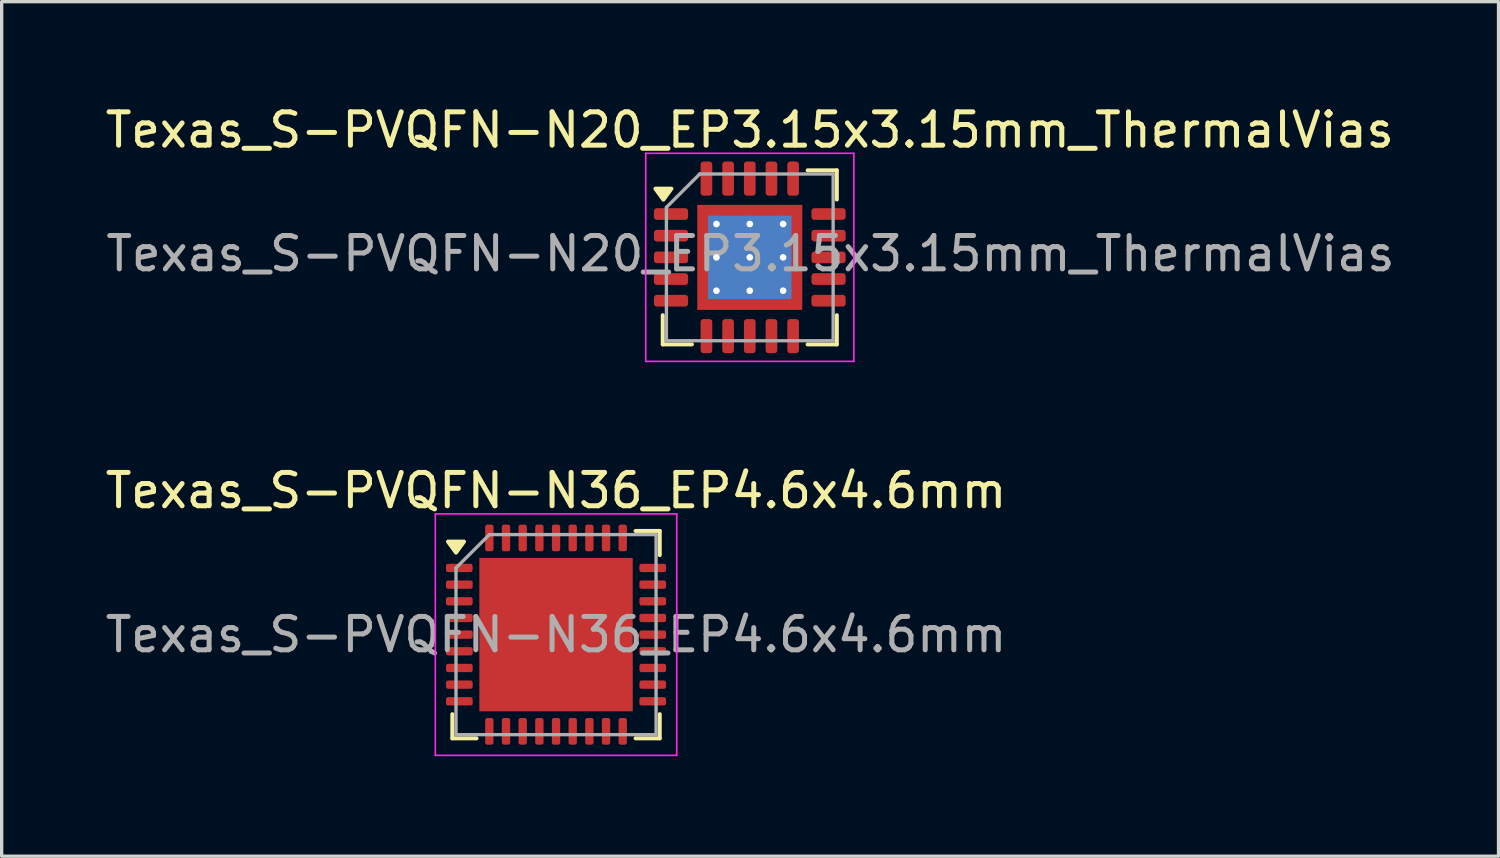
<source format=kicad_pcb>
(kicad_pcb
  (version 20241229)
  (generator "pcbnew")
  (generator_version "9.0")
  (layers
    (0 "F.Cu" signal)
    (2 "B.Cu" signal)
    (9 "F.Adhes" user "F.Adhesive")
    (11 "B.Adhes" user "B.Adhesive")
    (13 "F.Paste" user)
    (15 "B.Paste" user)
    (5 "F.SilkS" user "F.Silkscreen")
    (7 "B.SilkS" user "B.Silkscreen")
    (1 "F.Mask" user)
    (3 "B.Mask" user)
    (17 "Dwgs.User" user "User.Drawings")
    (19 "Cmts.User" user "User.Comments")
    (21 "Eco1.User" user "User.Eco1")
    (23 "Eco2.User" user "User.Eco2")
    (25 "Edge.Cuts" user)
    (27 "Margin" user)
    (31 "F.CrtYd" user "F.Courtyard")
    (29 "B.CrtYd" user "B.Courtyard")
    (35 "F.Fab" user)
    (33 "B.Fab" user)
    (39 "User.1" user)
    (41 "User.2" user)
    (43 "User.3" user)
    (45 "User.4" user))
  (footprint "Texas_S-PVQFN-N20_EP3.15x3.15mm_ThermalVias"
    (layer "F.Cu")
    (at 19.435 4.668)
    (property "Reference" "Texas_S-PVQFN-N20_EP3.15x3.15mm_ThermalVias" (at 0 -3.82 0) (layer "F.SilkS") (effects (font (size 1 1) (thickness 0.15))))
    (attr smd)
    (fp_line (start -2.61 2.61) (end -2.61 1.735) (stroke (width 0.12) (type solid)) (layer "F.SilkS"))
    (fp_line (start -1.735 2.61) (end -2.61 2.61) (stroke (width 0.12) (type solid)) (layer "F.SilkS"))
    (fp_line (start 1.735 -2.61) (end 2.61 -2.61) (stroke (width 0.12) (type solid)) (layer "F.SilkS"))
    (fp_line (start 1.735 2.61) (end 2.61 2.61) (stroke (width 0.12) (type solid)) (layer "F.SilkS"))
    (fp_line (start 2.61 -2.61) (end 2.61 -1.735) (stroke (width 0.12) (type solid)) (layer "F.SilkS"))
    (fp_line (start 2.61 2.61) (end 2.61 1.735) (stroke (width 0.12) (type solid)) (layer "F.SilkS"))
    (fp_poly (pts (xy -2.59 -1.73) (xy -2.83 -2.06) (xy -2.35 -2.06) (xy -2.59 -1.73)) (stroke (width 0.12) (type solid)) (fill yes) (layer "F.SilkS"))
    (fp_line (start -3.12 -3.12) (end -3.12 3.12) (stroke (width 0.05) (type solid)) (layer "F.CrtYd"))
    (fp_line (start -3.12 3.12) (end 3.12 3.12) (stroke (width 0.05) (type solid)) (layer "F.CrtYd"))
    (fp_line (start 3.12 -3.12) (end -3.12 -3.12) (stroke (width 0.05) (type solid)) (layer "F.CrtYd"))
    (fp_line (start 3.12 3.12) (end 3.12 -3.12) (stroke (width 0.05) (type solid)) (layer "F.CrtYd"))
    (fp_line (start -2.5 -1.5) (end -1.5 -2.5) (stroke (width 0.1) (type solid)) (layer "F.Fab"))
    (fp_line (start -2.5 2.5) (end -2.5 -1.5) (stroke (width 0.1) (type solid)) (layer "F.Fab"))
    (fp_line (start -1.5 -2.5) (end 2.5 -2.5) (stroke (width 0.1) (type solid)) (layer "F.Fab"))
    (fp_line (start 2.5 -2.5) (end 2.5 2.5) (stroke (width 0.1) (type solid)) (layer "F.Fab"))
    (fp_line (start 2.5 2.5) (end -2.5 2.5) (stroke (width 0.1) (type solid)) (layer "F.Fab"))
    (fp_text user "${REFERENCE}" (at 0.02 -0.11 0) (layer "F.Fab") (effects (font (size 1 1) (thickness 0.15))))
    (pad "" smd custom (at -1.288 -1.288) (size 0.342 0.342) (layers "F.Paste") (options (anchor circle)) (primitives (gr_poly (pts (xy 0.116 0.012) (xy 0.012 0.116) (xy -0.116 0.116) (xy -0.116 -0.116) (xy 0.116 -0.116)) (width 0.232) (fill yes))))
    (pad "" smd custom (at -1.288 -0.5) (size 0.371 0.371) (layers "F.Paste") (options (anchor circle)) (primitives (gr_poly (pts (xy 0.14 -0.235) (xy 0.14 0.235) (xy 0.063 0.311) (xy -0.14 0.311) (xy -0.14 -0.311) (xy 0.063 -0.311)) (width 0.184) (fill yes))))
    (pad "" smd custom (at -1.288 0.5) (size 0.371 0.371) (layers "F.Paste") (options (anchor circle)) (primitives (gr_poly (pts (xy 0.14 -0.235) (xy 0.14 0.235) (xy 0.063 0.311) (xy -0.14 0.311) (xy -0.14 -0.311) (xy 0.063 -0.311)) (width 0.184) (fill yes))))
    (pad "" smd custom (at -1.288 1.288) (size 0.342 0.342) (layers "F.Paste") (options (anchor circle)) (primitives (gr_poly (pts (xy 0.116 -0.012) (xy 0.116 0.116) (xy -0.116 0.116) (xy -0.116 -0.116) (xy 0.012 -0.116)) (width 0.232) (fill yes))))
    (pad "" smd custom (at -0.5 -1.288) (size 0.371 0.371) (layers "F.Paste") (options (anchor circle)) (primitives (gr_poly (pts (xy 0.311 0.063) (xy 0.235 0.14) (xy -0.235 0.14) (xy -0.311 0.063) (xy -0.311 -0.14) (xy 0.311 -0.14)) (width 0.184) (fill yes))))
    (pad "" smd roundrect (at -0.5 -0.5) (size 0.806 0.806) (layers "F.Paste") (roundrect_rratio 0.25))
    (pad "" smd roundrect (at -0.5 0.5) (size 0.806 0.806) (layers "F.Paste") (roundrect_rratio 0.25))
    (pad "" smd custom (at -0.5 1.288) (size 0.371 0.371) (layers "F.Paste") (options (anchor circle)) (primitives (gr_poly (pts (xy 0.311 -0.063) (xy 0.311 0.14) (xy -0.311 0.14) (xy -0.311 -0.063) (xy -0.235 -0.14) (xy 0.235 -0.14)) (width 0.184) (fill yes))))
    (pad "" smd custom (at 0.5 -1.288) (size 0.371 0.371) (layers "F.Paste") (options (anchor circle)) (primitives (gr_poly (pts (xy 0.311 0.063) (xy 0.235 0.14) (xy -0.235 0.14) (xy -0.311 0.063) (xy -0.311 -0.14) (xy 0.311 -0.14)) (width 0.184) (fill yes))))
    (pad "" smd roundrect (at 0.5 -0.5) (size 0.806 0.806) (layers "F.Paste") (roundrect_rratio 0.25))
    (pad "" smd roundrect (at 0.5 0.5) (size 0.806 0.806) (layers "F.Paste") (roundrect_rratio 0.25))
    (pad "" smd custom (at 0.5 1.288) (size 0.371 0.371) (layers "F.Paste") (options (anchor circle)) (primitives (gr_poly (pts (xy 0.311 -0.063) (xy 0.311 0.14) (xy -0.311 0.14) (xy -0.311 -0.063) (xy -0.235 -0.14) (xy 0.235 -0.14)) (width 0.184) (fill yes))))
    (pad "" smd custom (at 1.288 -1.288) (size 0.342 0.342) (layers "F.Paste") (options (anchor circle)) (primitives (gr_poly (pts (xy 0.116 0.116) (xy -0.012 0.116) (xy -0.116 0.012) (xy -0.116 -0.116) (xy 0.116 -0.116)) (width 0.232) (fill yes))))
    (pad "" smd custom (at 1.288 -0.5) (size 0.371 0.371) (layers "F.Paste") (options (anchor circle)) (primitives (gr_poly (pts (xy 0.14 0.311) (xy -0.063 0.311) (xy -0.14 0.235) (xy -0.14 -0.235) (xy -0.063 -0.311) (xy 0.14 -0.311)) (width 0.184) (fill yes))))
    (pad "" smd custom (at 1.288 0.5) (size 0.371 0.371) (layers "F.Paste") (options (anchor circle)) (primitives (gr_poly (pts (xy 0.14 0.311) (xy -0.063 0.311) (xy -0.14 0.235) (xy -0.14 -0.235) (xy -0.063 -0.311) (xy 0.14 -0.311)) (width 0.184) (fill yes))))
    (pad "" smd custom (at 1.288 1.288) (size 0.342 0.342) (layers "F.Paste") (options (anchor circle)) (primitives (gr_poly (pts (xy 0.116 0.116) (xy -0.116 0.116) (xy -0.116 -0.012) (xy -0.012 -0.116) (xy 0.116 -0.116)) (width 0.232) (fill yes))))
    (pad "0" thru_hole circle (at -1 -1) (size 0.5 0.5) (drill 0.2) (layers "*.Cu"))
    (pad "0" thru_hole circle (at -1 0) (size 0.5 0.5) (drill 0.2) (layers "*.Cu"))
    (pad "0" thru_hole circle (at -1 1) (size 0.5 0.5) (drill 0.2) (layers "*.Cu"))
    (pad "0" thru_hole circle (at 0 -1) (size 0.5 0.5) (drill 0.2) (layers "*.Cu"))
    (pad "0" thru_hole circle (at 0 0) (size 0.5 0.5) (drill 0.2) (layers "*.Cu"))
    (pad "0" smd rect (at 0 0) (size 2.5 2.5) (layers "B.Cu"))
    (pad "0" smd rect (at 0 0) (size 3.15 3.15) (layers "F.Cu" "F.Mask"))
    (pad "0" thru_hole circle (at 0 1) (size 0.5 0.5) (drill 0.2) (layers "*.Cu"))
    (pad "0" thru_hole circle (at 1 -1) (size 0.5 0.5) (drill 0.2) (layers "*.Cu"))
    (pad "0" thru_hole circle (at 1 0) (size 0.5 0.5) (drill 0.2) (layers "*.Cu"))
    (pad "0" thru_hole circle (at 1 1) (size 0.5 0.5) (drill 0.2) (layers "*.Cu"))
    (pad "1" smd roundrect (at -2.362 -1.3) (size 1.025 0.35) (layers "F.Cu" "F.Mask" "F.Paste") (roundrect_rratio 0.25))
    (pad "2" smd roundrect (at -2.362 -0.65) (size 1.025 0.35) (layers "F.Cu" "F.Mask" "F.Paste") (roundrect_rratio 0.25))
    (pad "3" smd roundrect (at -2.362 0) (size 1.025 0.35) (layers "F.Cu" "F.Mask" "F.Paste") (roundrect_rratio 0.25))
    (pad "4" smd roundrect (at -2.362 0.65) (size 1.025 0.35) (layers "F.Cu" "F.Mask" "F.Paste") (roundrect_rratio 0.25))
    (pad "5" smd roundrect (at -2.362 1.3) (size 1.025 0.35) (layers "F.Cu" "F.Mask" "F.Paste") (roundrect_rratio 0.25))
    (pad "6" smd roundrect (at -1.3 2.362) (size 0.35 1.025) (layers "F.Cu" "F.Mask" "F.Paste") (roundrect_rratio 0.25))
    (pad "7" smd roundrect (at -0.65 2.362) (size 0.35 1.025) (layers "F.Cu" "F.Mask" "F.Paste") (roundrect_rratio 0.25))
    (pad "8" smd roundrect (at 0 2.362) (size 0.35 1.025) (layers "F.Cu" "F.Mask" "F.Paste") (roundrect_rratio 0.25))
    (pad "9" smd roundrect (at 0.65 2.362) (size 0.35 1.025) (layers "F.Cu" "F.Mask" "F.Paste") (roundrect_rratio 0.25))
    (pad "10" smd roundrect (at 1.3 2.362) (size 0.35 1.025) (layers "F.Cu" "F.Mask" "F.Paste") (roundrect_rratio 0.25))
    (pad "11" smd roundrect (at 2.362 1.3) (size 1.025 0.35) (layers "F.Cu" "F.Mask" "F.Paste") (roundrect_rratio 0.25))
    (pad "12" smd roundrect (at 2.362 0.65) (size 1.025 0.35) (layers "F.Cu" "F.Mask" "F.Paste") (roundrect_rratio 0.25))
    (pad "13" smd roundrect (at 2.362 0) (size 1.025 0.35) (layers "F.Cu" "F.Mask" "F.Paste") (roundrect_rratio 0.25))
    (pad "14" smd roundrect (at 2.362 -0.65) (size 1.025 0.35) (layers "F.Cu" "F.Mask" "F.Paste") (roundrect_rratio 0.25))
    (pad "15" smd roundrect (at 2.362 -1.3) (size 1.025 0.35) (layers "F.Cu" "F.Mask" "F.Paste") (roundrect_rratio 0.25))
    (pad "16" smd roundrect (at 1.3 -2.362) (size 0.35 1.025) (layers "F.Cu" "F.Mask" "F.Paste") (roundrect_rratio 0.25))
    (pad "17" smd roundrect (at 0.65 -2.362) (size 0.35 1.025) (layers "F.Cu" "F.Mask" "F.Paste") (roundrect_rratio 0.25))
    (pad "18" smd roundrect (at 0 -2.362) (size 0.35 1.025) (layers "F.Cu" "F.Mask" "F.Paste") (roundrect_rratio 0.25))
    (pad "19" smd roundrect (at -0.65 -2.362) (size 0.35 1.025) (layers "F.Cu" "F.Mask" "F.Paste") (roundrect_rratio 0.25))
    (pad "20" smd roundrect (at -1.3 -2.362) (size 0.35 1.025) (layers "F.Cu" "F.Mask" "F.Paste") (roundrect_rratio 0.25)))
  (footprint "Texas_S-PVQFN-N36_EP4.6x4.6mm"
    (layer "F.Cu")
    (at 13.625 15.982)
    (property "Reference" "Texas_S-PVQFN-N36_EP4.6x4.6mm" (at 0 -4.32 0) (layer "F.SilkS") (effects (font (size 1 1) (thickness 0.15))))
    (attr smd)
    (fp_line (start -3.11 3.11) (end -3.11 2.385) (stroke (width 0.12) (type solid)) (layer "F.SilkS"))
    (fp_line (start -2.385 3.11) (end -3.11 3.11) (stroke (width 0.12) (type solid)) (layer "F.SilkS"))
    (fp_line (start 2.385 -3.11) (end 3.11 -3.11) (stroke (width 0.12) (type solid)) (layer "F.SilkS"))
    (fp_line (start 2.385 3.11) (end 3.11 3.11) (stroke (width 0.12) (type solid)) (layer "F.SilkS"))
    (fp_line (start 3.11 -3.11) (end 3.11 -2.385) (stroke (width 0.12) (type solid)) (layer "F.SilkS"))
    (fp_line (start 3.11 3.11) (end 3.11 2.385) (stroke (width 0.12) (type solid)) (layer "F.SilkS"))
    (fp_poly (pts (xy -3 -2.46) (xy -3.24 -2.79) (xy -2.76 -2.79) (xy -3 -2.46)) (stroke (width 0.12) (type solid)) (fill yes) (layer "F.SilkS"))
    (fp_line (start -3.62 -3.62) (end -3.62 3.62) (stroke (width 0.05) (type solid)) (layer "F.CrtYd"))
    (fp_line (start -3.62 3.62) (end 3.62 3.62) (stroke (width 0.05) (type solid)) (layer "F.CrtYd"))
    (fp_line (start 3.62 -3.62) (end -3.62 -3.62) (stroke (width 0.05) (type solid)) (layer "F.CrtYd"))
    (fp_line (start 3.62 3.62) (end 3.62 -3.62) (stroke (width 0.05) (type solid)) (layer "F.CrtYd"))
    (fp_line (start -3 -2) (end -2 -3) (stroke (width 0.1) (type solid)) (layer "F.Fab"))
    (fp_line (start -3 3) (end -3 -2) (stroke (width 0.1) (type solid)) (layer "F.Fab"))
    (fp_line (start -2 -3) (end 3 -3) (stroke (width 0.1) (type solid)) (layer "F.Fab"))
    (fp_line (start 3 -3) (end 3 3) (stroke (width 0.1) (type solid)) (layer "F.Fab"))
    (fp_line (start 3 3) (end -3 3) (stroke (width 0.1) (type solid)) (layer "F.Fab"))
    (fp_text user "${REFERENCE}" (at 0 0 0) (layer "F.Fab") (effects (font (size 1 1) (thickness 0.15))))
    (pad "" smd roundrect (at -1.47 -1.47) (size 1.18 1.18) (layers "F.Paste") (roundrect_rratio 0.212))
    (pad "" smd roundrect (at -1.47 0) (size 1.18 1.18) (layers "F.Paste") (roundrect_rratio 0.212))
    (pad "" smd roundrect (at -1.47 1.47) (size 1.18 1.18) (layers "F.Paste") (roundrect_rratio 0.212))
    (pad "" smd roundrect (at 0 -1.47) (size 1.18 1.18) (layers "F.Paste") (roundrect_rratio 0.212))
    (pad "" smd roundrect (at 0 0) (size 1.18 1.18) (layers "F.Paste") (roundrect_rratio 0.212))
    (pad "" smd roundrect (at 0 1.47) (size 1.18 1.18) (layers "F.Paste") (roundrect_rratio 0.212))
    (pad "" smd roundrect (at 1.47 -1.47) (size 1.18 1.18) (layers "F.Paste") (roundrect_rratio 0.212))
    (pad "" smd roundrect (at 1.47 0) (size 1.18 1.18) (layers "F.Paste") (roundrect_rratio 0.212))
    (pad "" smd roundrect (at 1.47 1.47) (size 1.18 1.18) (layers "F.Paste") (roundrect_rratio 0.212))
    (pad "1" smd roundrect (at -2.9 -2) (size 0.8 0.25) (layers "F.Cu" "F.Mask" "F.Paste") (roundrect_rratio 0.25))
    (pad "2" smd roundrect (at -2.9 -1.5) (size 0.8 0.25) (layers "F.Cu" "F.Mask" "F.Paste") (roundrect_rratio 0.25))
    (pad "3" smd roundrect (at -2.9 -1) (size 0.8 0.25) (layers "F.Cu" "F.Mask" "F.Paste") (roundrect_rratio 0.25))
    (pad "4" smd roundrect (at -2.9 -0.5) (size 0.8 0.25) (layers "F.Cu" "F.Mask" "F.Paste") (roundrect_rratio 0.25))
    (pad "5" smd roundrect (at -2.9 0) (size 0.8 0.25) (layers "F.Cu" "F.Mask" "F.Paste") (roundrect_rratio 0.25))
    (pad "6" smd roundrect (at -2.9 0.5) (size 0.8 0.25) (layers "F.Cu" "F.Mask" "F.Paste") (roundrect_rratio 0.25))
    (pad "7" smd roundrect (at -2.9 1) (size 0.8 0.25) (layers "F.Cu" "F.Mask" "F.Paste") (roundrect_rratio 0.25))
    (pad "8" smd roundrect (at -2.9 1.5) (size 0.8 0.25) (layers "F.Cu" "F.Mask" "F.Paste") (roundrect_rratio 0.25))
    (pad "9" smd roundrect (at -2.9 2) (size 0.8 0.25) (layers "F.Cu" "F.Mask" "F.Paste") (roundrect_rratio 0.25))
    (pad "10" smd roundrect (at -2 2.9) (size 0.25 0.8) (layers "F.Cu" "F.Mask" "F.Paste") (roundrect_rratio 0.25))
    (pad "11" smd roundrect (at -1.5 2.9) (size 0.25 0.8) (layers "F.Cu" "F.Mask" "F.Paste") (roundrect_rratio 0.25))
    (pad "12" smd roundrect (at -1 2.9) (size 0.25 0.8) (layers "F.Cu" "F.Mask" "F.Paste") (roundrect_rratio 0.25))
    (pad "13" smd roundrect (at -0.5 2.9) (size 0.25 0.8) (layers "F.Cu" "F.Mask" "F.Paste") (roundrect_rratio 0.25))
    (pad "14" smd roundrect (at 0 2.9) (size 0.25 0.8) (layers "F.Cu" "F.Mask" "F.Paste") (roundrect_rratio 0.25))
    (pad "15" smd roundrect (at 0.5 2.9) (size 0.25 0.8) (layers "F.Cu" "F.Mask" "F.Paste") (roundrect_rratio 0.25))
    (pad "16" smd roundrect (at 1 2.9) (size 0.25 0.8) (layers "F.Cu" "F.Mask" "F.Paste") (roundrect_rratio 0.25))
    (pad "17" smd roundrect (at 1.5 2.9) (size 0.25 0.8) (layers "F.Cu" "F.Mask" "F.Paste") (roundrect_rratio 0.25))
    (pad "18" smd roundrect (at 2 2.9) (size 0.25 0.8) (layers "F.Cu" "F.Mask" "F.Paste") (roundrect_rratio 0.25))
    (pad "19" smd roundrect (at 2.9 2) (size 0.8 0.25) (layers "F.Cu" "F.Mask" "F.Paste") (roundrect_rratio 0.25))
    (pad "20" smd roundrect (at 2.9 1.5) (size 0.8 0.25) (layers "F.Cu" "F.Mask" "F.Paste") (roundrect_rratio 0.25))
    (pad "21" smd roundrect (at 2.9 1) (size 0.8 0.25) (layers "F.Cu" "F.Mask" "F.Paste") (roundrect_rratio 0.25))
    (pad "22" smd roundrect (at 2.9 0.5) (size 0.8 0.25) (layers "F.Cu" "F.Mask" "F.Paste") (roundrect_rratio 0.25))
    (pad "23" smd roundrect (at 2.9 0) (size 0.8 0.25) (layers "F.Cu" "F.Mask" "F.Paste") (roundrect_rratio 0.25))
    (pad "24" smd roundrect (at 2.9 -0.5) (size 0.8 0.25) (layers "F.Cu" "F.Mask" "F.Paste") (roundrect_rratio 0.25))
    (pad "25" smd roundrect (at 2.9 -1) (size 0.8 0.25) (layers "F.Cu" "F.Mask" "F.Paste") (roundrect_rratio 0.25))
    (pad "26" smd roundrect (at 2.9 -1.5) (size 0.8 0.25) (layers "F.Cu" "F.Mask" "F.Paste") (roundrect_rratio 0.25))
    (pad "27" smd roundrect (at 2.9 -2) (size 0.8 0.25) (layers "F.Cu" "F.Mask" "F.Paste") (roundrect_rratio 0.25))
    (pad "28" smd roundrect (at 2 -2.9) (size 0.25 0.8) (layers "F.Cu" "F.Mask" "F.Paste") (roundrect_rratio 0.25))
    (pad "29" smd roundrect (at 1.5 -2.9) (size 0.25 0.8) (layers "F.Cu" "F.Mask" "F.Paste") (roundrect_rratio 0.25))
    (pad "30" smd roundrect (at 1 -2.9) (size 0.25 0.8) (layers "F.Cu" "F.Mask" "F.Paste") (roundrect_rratio 0.25))
    (pad "31" smd roundrect (at 0.5 -2.9) (size 0.25 0.8) (layers "F.Cu" "F.Mask" "F.Paste") (roundrect_rratio 0.25))
    (pad "32" smd roundrect (at 0 -2.9) (size 0.25 0.8) (layers "F.Cu" "F.Mask" "F.Paste") (roundrect_rratio 0.25))
    (pad "33" smd roundrect (at -0.5 -2.9) (size 0.25 0.8) (layers "F.Cu" "F.Mask" "F.Paste") (roundrect_rratio 0.25))
    (pad "34" smd roundrect (at -1 -2.9) (size 0.25 0.8) (layers "F.Cu" "F.Mask" "F.Paste") (roundrect_rratio 0.25))
    (pad "35" smd roundrect (at -1.5 -2.9) (size 0.25 0.8) (layers "F.Cu" "F.Mask" "F.Paste") (roundrect_rratio 0.25))
    (pad "36" smd roundrect (at -2 -2.9) (size 0.25 0.8) (layers "F.Cu" "F.Mask" "F.Paste") (roundrect_rratio 0.25))
    (pad "37" smd rect (at 0 0) (size 4.6 4.6) (layers "F.Cu" "F.Mask")))
  (gr_rect
    (start -3 -3)
    (end 41.889 22.627)
    (stroke (width 0.1) (type default))
    (fill no)
    (layer "Edge.Cuts")))
</source>
